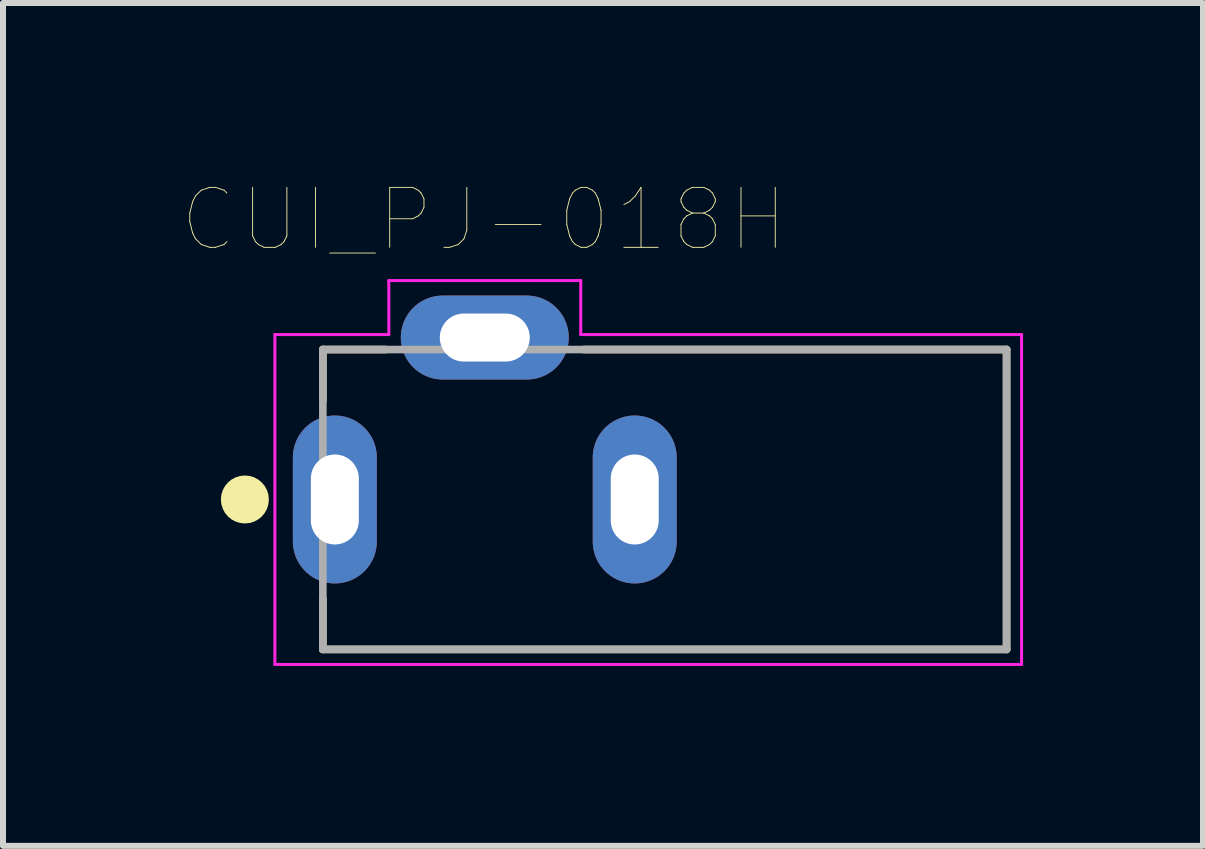
<source format=kicad_pcb>
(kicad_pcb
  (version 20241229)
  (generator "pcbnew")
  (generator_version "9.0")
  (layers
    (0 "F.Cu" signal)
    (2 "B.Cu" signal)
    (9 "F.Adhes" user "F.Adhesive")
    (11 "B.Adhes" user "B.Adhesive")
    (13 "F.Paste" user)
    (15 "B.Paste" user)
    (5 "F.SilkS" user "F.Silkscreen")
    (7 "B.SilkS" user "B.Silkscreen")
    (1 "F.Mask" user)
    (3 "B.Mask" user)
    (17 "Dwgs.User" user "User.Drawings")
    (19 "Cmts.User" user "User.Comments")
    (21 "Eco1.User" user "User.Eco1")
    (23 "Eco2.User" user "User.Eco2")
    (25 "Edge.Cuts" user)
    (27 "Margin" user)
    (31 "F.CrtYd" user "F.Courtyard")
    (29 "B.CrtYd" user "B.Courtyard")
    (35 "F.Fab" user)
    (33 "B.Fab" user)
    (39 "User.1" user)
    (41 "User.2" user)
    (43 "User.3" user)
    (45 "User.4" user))
  (footprint "CUI_PJ-018H"
    (layer "F.Cu")
    (at 2.533 5.278)
    (property "Reference" "CUI_PJ-018H" (at 2.486 -4.666 0) (layer "F.SilkS") (effects (font (size 1 1) (thickness 0.015))))
    (attr through_hole)
    (fp_line (start -0.2 -2.5) (end 0.85 -2.5) (stroke (width 0.127) (type solid)) (layer "F.SilkS"))
    (fp_line (start -0.2 -1.65) (end -0.2 -2.5) (stroke (width 0.127) (type solid)) (layer "F.SilkS"))
    (fp_line (start -0.2 2.5) (end -0.2 1.65) (stroke (width 0.127) (type solid)) (layer "F.SilkS"))
    (fp_line (start 4.15 -2.5) (end 11.2 -2.5) (stroke (width 0.127) (type solid)) (layer "F.SilkS"))
    (fp_line (start 11.2 -2.5) (end 11.2 2.5) (stroke (width 0.127) (type solid)) (layer "F.SilkS"))
    (fp_line (start 11.2 2.5) (end -0.2 2.5) (stroke (width 0.127) (type solid)) (layer "F.SilkS"))
    (fp_circle (center -1.5 0) (end -1.3 0) (stroke (width 0.4) (type solid)) (fill no) (layer "F.SilkS"))
    (fp_line (start -1 -2.75) (end 0.9 -2.75) (stroke (width 0.05) (type solid)) (layer "F.CrtYd"))
    (fp_line (start -1 2.75) (end -1 -2.75) (stroke (width 0.05) (type solid)) (layer "F.CrtYd"))
    (fp_line (start 0.9 -3.65) (end 4.1 -3.65) (stroke (width 0.05) (type solid)) (layer "F.CrtYd"))
    (fp_line (start 0.9 -2.75) (end 0.9 -3.65) (stroke (width 0.05) (type solid)) (layer "F.CrtYd"))
    (fp_line (start 4.1 -3.65) (end 4.1 -2.75) (stroke (width 0.05) (type solid)) (layer "F.CrtYd"))
    (fp_line (start 4.1 -2.75) (end 11.45 -2.75) (stroke (width 0.05) (type solid)) (layer "F.CrtYd"))
    (fp_line (start 11.45 -2.75) (end 11.45 2.75) (stroke (width 0.05) (type solid)) (layer "F.CrtYd"))
    (fp_line (start 11.45 2.75) (end -1 2.75) (stroke (width 0.05) (type solid)) (layer "F.CrtYd"))
    (fp_line (start -0.2 -2.5) (end 11.2 -2.5) (stroke (width 0.127) (type solid)) (layer "F.Fab"))
    (fp_line (start -0.2 2.5) (end -0.2 -2.5) (stroke (width 0.127) (type solid)) (layer "F.Fab"))
    (fp_line (start 11.2 -2.5) (end 11.2 2.5) (stroke (width 0.127) (type solid)) (layer "F.Fab"))
    (fp_line (start 11.2 2.5) (end -0.2 2.5) (stroke (width 0.127) (type solid)) (layer "F.Fab"))
    (pad "1" thru_hole oval (at 0 0) (size 1.4 2.8) (drill oval 0.8 1.5) (layers "*.Cu" "*.Mask"))
    (pad "2" thru_hole oval (at 5 0) (size 1.4 2.8) (drill oval 0.8 1.5) (layers "*.Cu" "*.Mask"))
    (pad "3" thru_hole oval (at 2.5 -2.7) (size 2.8 1.4) (drill oval 1.5 0.8) (layers "*.Cu" "*.Mask")))
  (gr_rect
    (start -3 -3)
    (end 17.008 11.053)
    (stroke (width 0.1) (type default))
    (fill no)
    (layer "Edge.Cuts")))
</source>
